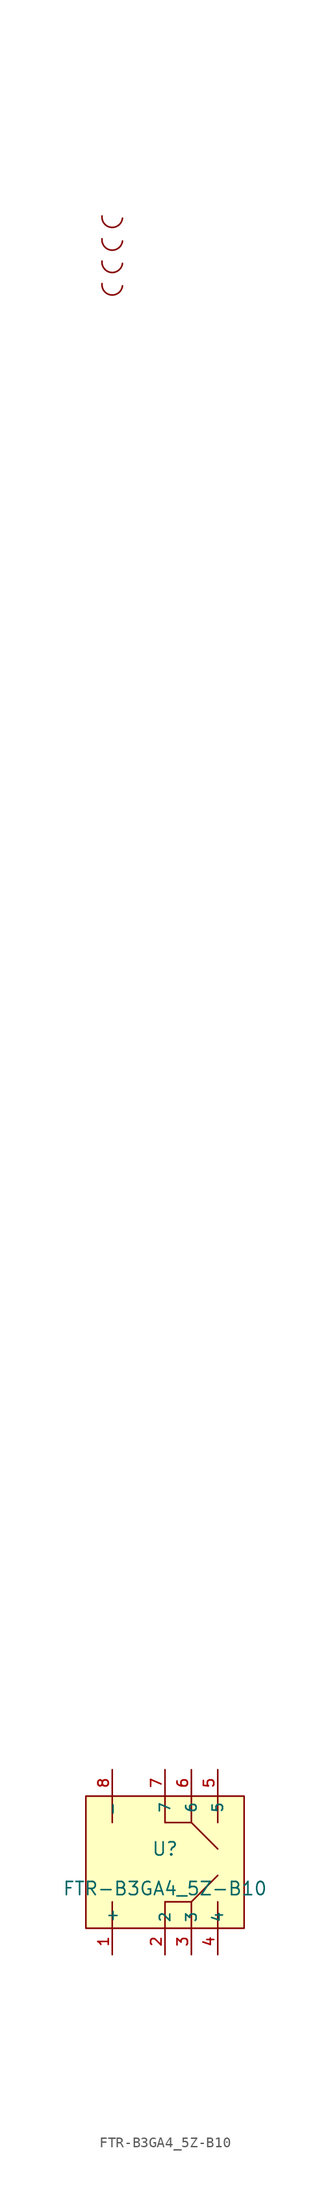
<source format=kicad_sym>
(kicad_symbol_lib
  (version 20231120)
  (generator "kicad_symbol_editor")
  (generator_version "8.0")
  (symbol "FTR-B3GA4_5Z-B10"
    (property "Reference" "U"
      (at 0 1.27 0)
      (effects (font (size 1.27 1.27))))
    (property "Value" "FTR-B3GA4_5Z-B10"
      (at 0 -2.54 0)
      (effects (font (size 1.27 1.27))))
    (symbol "FTR-B3GA4_5Z-B10_0_1"
      (rectangle (start -7.62 6.35) (end 7.62 -6.35) (stroke (width 0) (type default)) (fill (type background)))
      (arc (start -6.0652 151.7417) (mid -5.1883 150.649) (end -4.0958 151.526) (stroke (width 0) (type default)) (fill (type none)))
      (arc (start -6.0651 158.2398) (mid -5.1882 157.1471) (end -4.0957 158.0241) (stroke (width 0) (type default)) (fill (type none)))
      (arc (start -6.0646 153.8964) (mid -5.1877 152.8037) (end -4.0952 153.6807) (stroke (width 0) (type default)) (fill (type none)))
      (arc (start -6.0646 156.047) (mid -5.1877 154.9543) (end -4.0952 155.8313) (stroke (width 0) (type default)) (fill (type none)))
      (polyline (pts (xy -5.08 -3.81) (xy -5.08 -6.35)) (stroke (width 0) (type default)) (fill (type none)))
      (polyline (pts (xy -5.08 6.35) (xy -5.08 3.81)) (stroke (width 0) (type default)) (fill (type none)))
      (polyline (pts (xy 0 -6.35) (xy 0 -3.81)) (stroke (width 0) (type default)) (fill (type none)))
      (polyline (pts (xy 0 6.35) (xy 0 3.81)) (stroke (width 0) (type default)) (fill (type none)))
      (polyline (pts (xy 2.54 -6.35) (xy 2.54 -3.81)) (stroke (width 0) (type default)) (fill (type none)))
      (polyline (pts (xy 2.54 6.35) (xy 2.54 3.81)) (stroke (width 0) (type default)) (fill (type none)))
      (polyline (pts (xy 5.08 -6.35) (xy 5.08 -3.81)) (stroke (width 0) (type default)) (fill (type none)))
      (polyline (pts (xy 5.08 6.35) (xy 5.08 3.81)) (stroke (width 0) (type default)) (fill (type none)))
      (polyline (pts (xy 0 -3.81) (xy 2.54 -3.81) (xy 5.08 -1.27)) (stroke (width 0) (type default)) (fill (type none)))
      (polyline (pts (xy 5.08 1.27) (xy 2.54 3.81) (xy 0 3.81)) (stroke (width 0) (type default)) (fill (type none)))
      (pin unspecified line (at -5.08 -8.89 90) (length 2.54) (name "+" (effects (font (size 1 1)))) (number "1" (effects (font (size 1 1)))))
      (pin unspecified line (at 0 -8.89 90) (length 2.54) (name "2" (effects (font (size 1 1)))) (number "2" (effects (font (size 1 1)))))
      (pin unspecified line (at 2.54 -8.89 90) (length 2.54) (name "3" (effects (font (size 1 1)))) (number "3" (effects (font (size 1 1)))))
      (pin unspecified line (at 5.08 -8.89 90) (length 2.54) (name "4" (effects (font (size 1 1)))) (number "4" (effects (font (size 1 1)))))
      (pin unspecified line (at 5.08 8.89 270) (length 2.54) (name "5" (effects (font (size 1 1)))) (number "5" (effects (font (size 1 1)))))
      (pin unspecified line (at 2.54 8.89 270) (length 2.54) (name "6" (effects (font (size 1 1)))) (number "6" (effects (font (size 1 1)))))
      (pin unspecified line (at 0 8.89 270) (length 2.54) (name "7" (effects (font (size 1 1)))) (number "7" (effects (font (size 1 1)))))
      (pin unspecified line (at -5.08 8.89 270) (length 2.54) (name "-" (effects (font (size 1 1)))) (number "8" (effects (font (size 1 1))))))))
</source>
